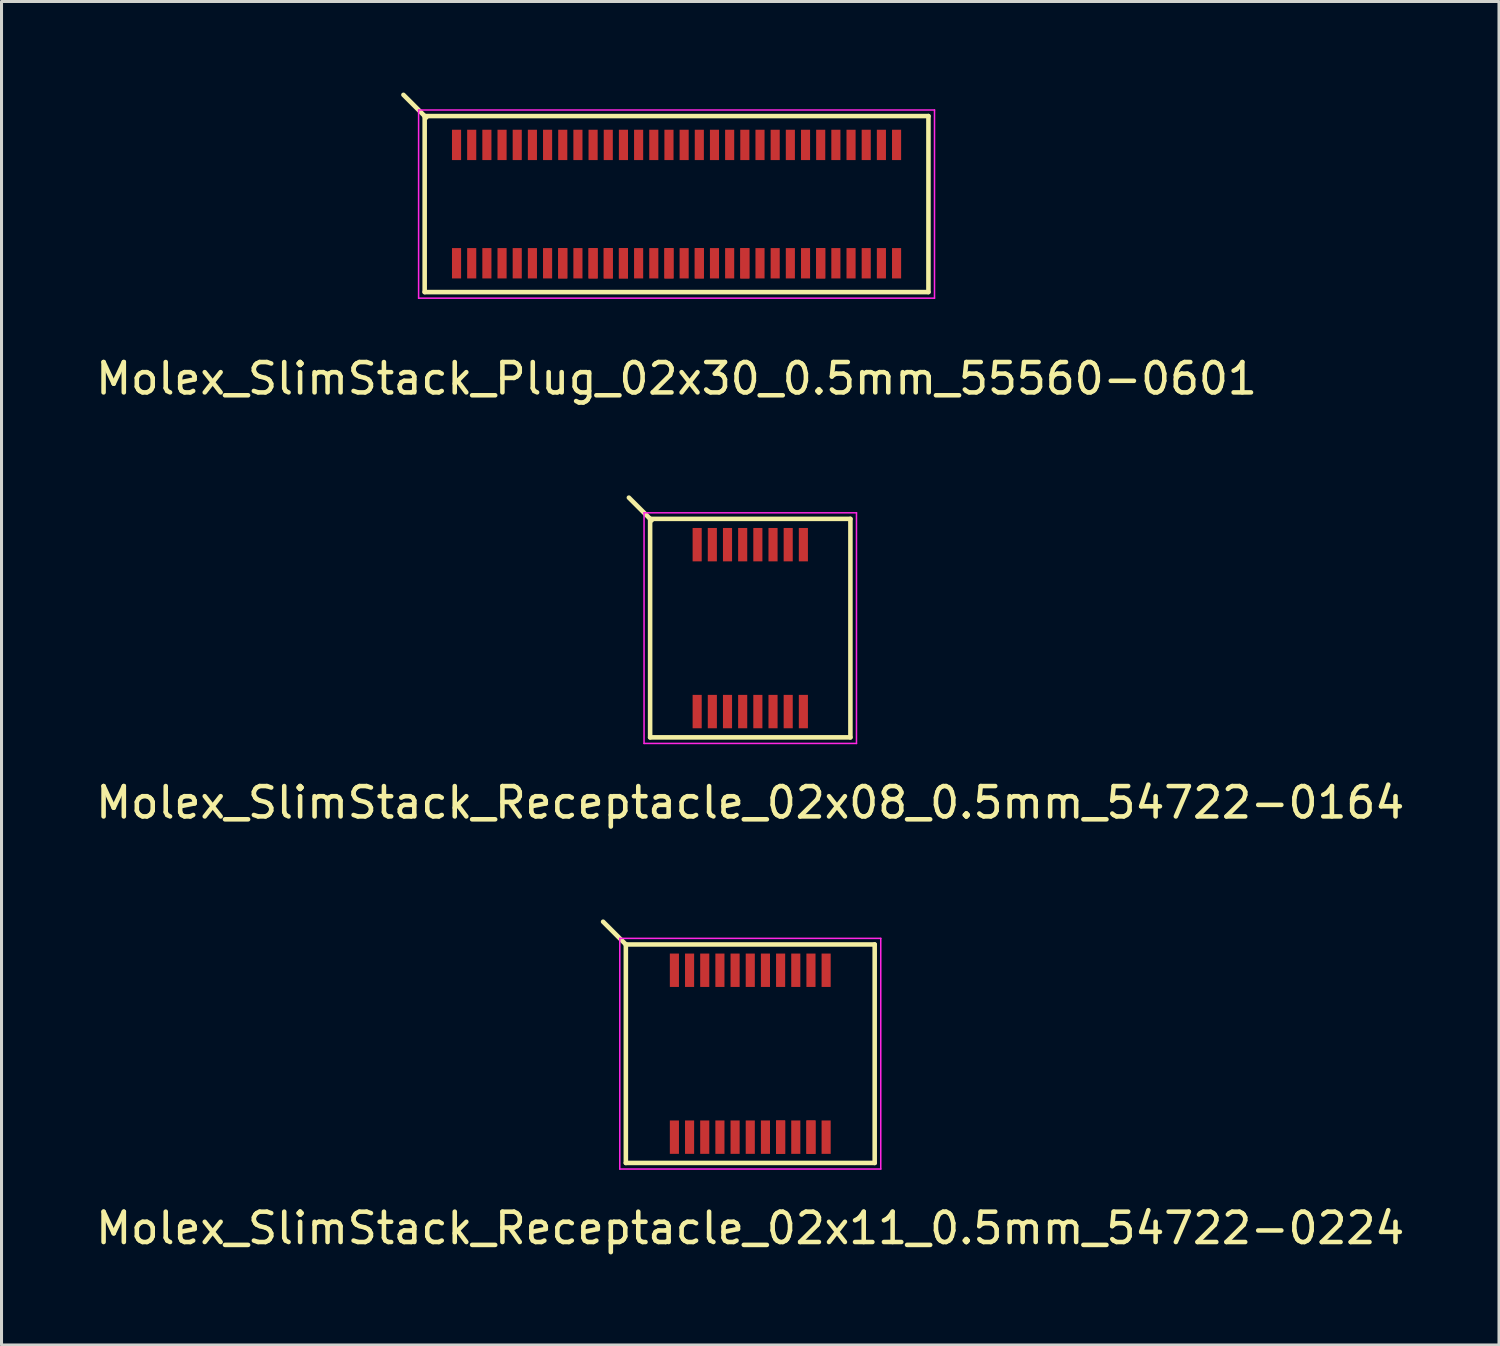
<source format=kicad_pcb>
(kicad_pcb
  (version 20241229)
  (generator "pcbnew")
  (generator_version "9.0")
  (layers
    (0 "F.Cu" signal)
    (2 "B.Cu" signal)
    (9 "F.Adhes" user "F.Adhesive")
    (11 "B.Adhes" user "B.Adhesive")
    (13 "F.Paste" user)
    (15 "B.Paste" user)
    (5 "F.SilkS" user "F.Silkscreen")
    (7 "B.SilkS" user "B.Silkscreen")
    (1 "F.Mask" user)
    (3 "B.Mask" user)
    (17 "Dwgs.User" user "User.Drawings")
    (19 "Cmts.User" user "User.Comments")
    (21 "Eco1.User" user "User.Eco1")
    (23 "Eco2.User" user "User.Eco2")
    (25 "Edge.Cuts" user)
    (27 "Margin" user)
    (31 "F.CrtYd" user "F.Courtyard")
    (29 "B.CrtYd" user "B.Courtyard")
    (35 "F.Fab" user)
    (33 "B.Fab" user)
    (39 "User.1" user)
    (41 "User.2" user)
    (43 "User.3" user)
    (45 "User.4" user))
  (footprint "Molex_SlimStack_Plug_02x30_0.5mm_55560-0601"
    (layer "F.Cu")
    (at 19.244 3.675)
    (property "Reference" "Molex_SlimStack_Plug_02x30_0.5mm_55560-0601" (at 0 5.75 0) (layer "F.SilkS") (effects (font (size 1 1) (thickness 0.15))))
    (attr smd)
    (fp_line (start -8.3 -2.9) (end -8.3 2.9) (stroke (width 0.15) (type solid)) (layer "F.SilkS"))
    (fp_line (start -8.3 2.9) (end 8.3 2.9) (stroke (width 0.15) (type solid)) (layer "F.SilkS"))
    (fp_line (start -8.25 -2.85) (end -9 -3.6) (stroke (width 0.15) (type solid)) (layer "F.SilkS"))
    (fp_line (start 8.3 -2.9) (end -8.3 -2.9) (stroke (width 0.15) (type solid)) (layer "F.SilkS"))
    (fp_line (start 8.3 2.9) (end 8.3 -2.9) (stroke (width 0.15) (type solid)) (layer "F.SilkS"))
    (fp_line (start -8.5 -3.1) (end -8.5 3.1) (stroke (width 0.05) (type solid)) (layer "F.CrtYd"))
    (fp_line (start -8.5 3.1) (end 8.5 3.1) (stroke (width 0.05) (type solid)) (layer "F.CrtYd"))
    (fp_line (start 8.5 -3.1) (end -8.5 -3.1) (stroke (width 0.05) (type solid)) (layer "F.CrtYd"))
    (fp_line (start 8.5 3.1) (end 8.5 -3.1) (stroke (width 0.05) (type solid)) (layer "F.CrtYd"))
    (pad "1" smd rect (at -7.25 -1.95) (size 0.3 1) (layers "F.Cu" "F.Mask" "F.Paste"))
    (pad "2" smd rect (at -7.25 1.95) (size 0.3 1) (layers "F.Cu" "F.Mask" "F.Paste"))
    (pad "3" smd rect (at -6.75 -1.95) (size 0.3 1) (layers "F.Cu" "F.Mask" "F.Paste"))
    (pad "4" smd rect (at -6.75 1.95) (size 0.3 1) (layers "F.Cu" "F.Mask" "F.Paste"))
    (pad "5" smd rect (at -6.25 -1.95) (size 0.3 1) (layers "F.Cu" "F.Mask" "F.Paste"))
    (pad "6" smd rect (at -6.25 1.95) (size 0.3 1) (layers "F.Cu" "F.Mask" "F.Paste"))
    (pad "7" smd rect (at -5.75 -1.95) (size 0.3 1) (layers "F.Cu" "F.Mask" "F.Paste"))
    (pad "8" smd rect (at -5.75 1.95) (size 0.3 1) (layers "F.Cu" "F.Mask" "F.Paste"))
    (pad "9" smd rect (at -5.25 -1.95) (size 0.3 1) (layers "F.Cu" "F.Mask" "F.Paste"))
    (pad "10" smd rect (at -5.25 1.95) (size 0.3 1) (layers "F.Cu" "F.Mask" "F.Paste"))
    (pad "11" smd rect (at -4.75 -1.95) (size 0.3 1) (layers "F.Cu" "F.Mask" "F.Paste"))
    (pad "12" smd rect (at -4.75 1.95) (size 0.3 1) (layers "F.Cu" "F.Mask" "F.Paste"))
    (pad "13" smd rect (at -4.25 -1.95) (size 0.3 1) (layers "F.Cu" "F.Mask" "F.Paste"))
    (pad "14" smd rect (at -4.25 1.95) (size 0.3 1) (layers "F.Cu" "F.Mask" "F.Paste"))
    (pad "15" smd rect (at -3.75 -1.95) (size 0.3 1) (layers "F.Cu" "F.Mask" "F.Paste"))
    (pad "16" smd rect (at -3.75 1.95) (size 0.3 1) (layers "F.Cu" "F.Mask" "F.Paste"))
    (pad "16" smd rect (at -3.75 1.95) (size 0.3 1) (layers "F.Cu" "F.Mask" "F.Paste"))
    (pad "17" smd rect (at -3.25 -1.95) (size 0.3 1) (layers "F.Cu" "F.Mask" "F.Paste"))
    (pad "18" smd rect (at -3.25 1.95) (size 0.3 1) (layers "F.Cu" "F.Mask" "F.Paste"))
    (pad "19" smd rect (at -2.75 -1.95) (size 0.3 1) (layers "F.Cu" "F.Mask" "F.Paste"))
    (pad "20" smd rect (at -2.75 1.95) (size 0.3 1) (layers "F.Cu" "F.Mask" "F.Paste"))
    (pad "20" smd rect (at -2.75 1.95) (size 0.3 1) (layers "F.Cu" "F.Mask" "F.Paste"))
    (pad "21" smd rect (at -2.25 -1.95) (size 0.3 1) (layers "F.Cu" "F.Mask" "F.Paste"))
    (pad "22" smd rect (at -2.25 1.95) (size 0.3 1) (layers "F.Cu" "F.Mask" "F.Paste"))
    (pad "22" smd rect (at -2.25 1.95) (size 0.3 1) (layers "F.Cu" "F.Mask" "F.Paste"))
    (pad "23" smd rect (at -1.75 -1.95) (size 0.3 1) (layers "F.Cu" "F.Mask" "F.Paste"))
    (pad "24" smd rect (at -1.75 1.95) (size 0.3 1) (layers "F.Cu" "F.Mask" "F.Paste"))
    (pad "24" smd rect (at -1.75 1.95) (size 0.3 1) (layers "F.Cu" "F.Mask" "F.Paste"))
    (pad "25" smd rect (at -1.25 -1.95) (size 0.3 1) (layers "F.Cu" "F.Mask" "F.Paste"))
    (pad "26" smd rect (at -1.25 1.95) (size 0.3 1) (layers "F.Cu" "F.Mask" "F.Paste"))
    (pad "27" smd rect (at -0.75 -1.95) (size 0.3 1) (layers "F.Cu" "F.Mask" "F.Paste"))
    (pad "28" smd rect (at -0.75 1.95) (size 0.3 1) (layers "F.Cu" "F.Mask" "F.Paste"))
    (pad "29" smd rect (at -0.25 -1.95) (size 0.3 1) (layers "F.Cu" "F.Mask" "F.Paste"))
    (pad "30" smd rect (at -0.25 1.95) (size 0.3 1) (layers "F.Cu" "F.Mask" "F.Paste"))
    (pad "30" smd rect (at -0.25 1.95) (size 0.3 1) (layers "F.Cu" "F.Mask" "F.Paste"))
    (pad "31" smd rect (at 0.25 -1.95) (size 0.3 1) (layers "F.Cu" "F.Mask" "F.Paste"))
    (pad "32" smd rect (at 0.25 1.95) (size 0.3 1) (layers "F.Cu" "F.Mask" "F.Paste"))
    (pad "33" smd rect (at 0.75 -1.95) (size 0.3 1) (layers "F.Cu" "F.Mask" "F.Paste"))
    (pad "34" smd rect (at 0.75 1.95) (size 0.3 1) (layers "F.Cu" "F.Mask" "F.Paste"))
    (pad "34" smd rect (at 0.75 1.95) (size 0.3 1) (layers "F.Cu" "F.Mask" "F.Paste"))
    (pad "35" smd rect (at 1.25 -1.95) (size 0.3 1) (layers "F.Cu" "F.Mask" "F.Paste"))
    (pad "36" smd rect (at 1.25 1.95) (size 0.3 1) (layers "F.Cu" "F.Mask" "F.Paste"))
    (pad "37" smd rect (at 1.75 -1.95) (size 0.3 1) (layers "F.Cu" "F.Mask" "F.Paste"))
    (pad "38" smd rect (at 1.75 1.95) (size 0.3 1) (layers "F.Cu" "F.Mask" "F.Paste"))
    (pad "39" smd rect (at 2.25 -1.95) (size 0.3 1) (layers "F.Cu" "F.Mask" "F.Paste"))
    (pad "40" smd rect (at 2.25 1.95) (size 0.3 1) (layers "F.Cu" "F.Mask" "F.Paste"))
    (pad "40" smd rect (at 2.25 1.95) (size 0.3 1) (layers "F.Cu" "F.Mask" "F.Paste"))
    (pad "41" smd rect (at 2.75 -1.95) (size 0.3 1) (layers "F.Cu" "F.Mask" "F.Paste"))
    (pad "42" smd rect (at 2.75 1.95) (size 0.3 1) (layers "F.Cu" "F.Mask" "F.Paste"))
    (pad "43" smd rect (at 3.25 -1.95) (size 0.3 1) (layers "F.Cu" "F.Mask" "F.Paste"))
    (pad "44" smd rect (at 3.25 1.95) (size 0.3 1) (layers "F.Cu" "F.Mask" "F.Paste"))
    (pad "45" smd rect (at 3.75 -1.95) (size 0.3 1) (layers "F.Cu" "F.Mask" "F.Paste"))
    (pad "46" smd rect (at 3.75 1.95) (size 0.3 1) (layers "F.Cu" "F.Mask" "F.Paste"))
    (pad "47" smd rect (at 4.25 -1.95) (size 0.3 1) (layers "F.Cu" "F.Mask" "F.Paste"))
    (pad "48" smd rect (at 4.25 1.95) (size 0.3 1) (layers "F.Cu" "F.Mask" "F.Paste"))
    (pad "49" smd rect (at 4.75 -1.95) (size 0.3 1) (layers "F.Cu" "F.Mask" "F.Paste"))
    (pad "50" smd rect (at 4.75 1.95) (size 0.3 1) (layers "F.Cu" "F.Mask" "F.Paste"))
    (pad "50" smd rect (at 4.75 1.95) (size 0.3 1) (layers "F.Cu" "F.Mask" "F.Paste"))
    (pad "51" smd rect (at 5.25 -1.95) (size 0.3 1) (layers "F.Cu" "F.Mask" "F.Paste"))
    (pad "52" smd rect (at 5.25 1.95) (size 0.3 1) (layers "F.Cu" "F.Mask" "F.Paste"))
    (pad "53" smd rect (at 5.75 -1.95) (size 0.3 1) (layers "F.Cu" "F.Mask" "F.Paste"))
    (pad "54" smd rect (at 5.75 1.95) (size 0.3 1) (layers "F.Cu" "F.Mask" "F.Paste"))
    (pad "55" smd rect (at 6.25 -1.95) (size 0.3 1) (layers "F.Cu" "F.Mask" "F.Paste"))
    (pad "56" smd rect (at 6.25 1.95) (size 0.3 1) (layers "F.Cu" "F.Mask" "F.Paste"))
    (pad "57" smd rect (at 6.75 -1.95) (size 0.3 1) (layers "F.Cu" "F.Mask" "F.Paste"))
    (pad "58" smd rect (at 6.75 1.95) (size 0.3 1) (layers "F.Cu" "F.Mask" "F.Paste"))
    (pad "59" smd rect (at 7.25 -1.95) (size 0.3 1) (layers "F.Cu" "F.Mask" "F.Paste"))
    (pad "60" smd rect (at 7.25 1.95) (size 0.3 1) (layers "F.Cu" "F.Mask" "F.Paste")))
  (footprint "Molex_SlimStack_Receptacle_02x08_0.5mm_54722-0164"
    (layer "F.Cu")
    (at 21.673 17.648)
    (property "Reference" "Molex_SlimStack_Receptacle_02x08_0.5mm_54722-0164" (at 0 5.75 0) (layer "F.SilkS") (effects (font (size 1 1) (thickness 0.15))))
    (attr smd)
    (fp_line (start -3.3 -3.6) (end -3.3 3.6) (stroke (width 0.15) (type solid)) (layer "F.SilkS"))
    (fp_line (start -3.3 3.6) (end 3.3 3.6) (stroke (width 0.15) (type solid)) (layer "F.SilkS"))
    (fp_line (start -3.25 -3.55) (end -4 -4.3) (stroke (width 0.15) (type solid)) (layer "F.SilkS"))
    (fp_line (start 3.3 -3.6) (end -3.3 -3.6) (stroke (width 0.15) (type solid)) (layer "F.SilkS"))
    (fp_line (start 3.3 3.6) (end 3.3 -3.6) (stroke (width 0.15) (type solid)) (layer "F.SilkS"))
    (fp_line (start -3.5 -3.8) (end -3.5 3.8) (stroke (width 0.05) (type solid)) (layer "F.CrtYd"))
    (fp_line (start -3.5 3.8) (end 3.5 3.8) (stroke (width 0.05) (type solid)) (layer "F.CrtYd"))
    (fp_line (start 3.5 -3.8) (end -3.5 -3.8) (stroke (width 0.05) (type solid)) (layer "F.CrtYd"))
    (fp_line (start 3.5 3.8) (end 3.5 -3.8) (stroke (width 0.05) (type solid)) (layer "F.CrtYd"))
    (pad "1" smd rect (at -1.75 -2.75) (size 0.3 1.1) (layers "F.Cu" "F.Mask" "F.Paste"))
    (pad "2" smd rect (at -1.75 2.75) (size 0.3 1.1) (layers "F.Cu" "F.Mask" "F.Paste"))
    (pad "3" smd rect (at -1.25 -2.75) (size 0.3 1.1) (layers "F.Cu" "F.Mask" "F.Paste"))
    (pad "4" smd rect (at -1.25 2.75) (size 0.3 1.1) (layers "F.Cu" "F.Mask" "F.Paste"))
    (pad "5" smd rect (at -0.75 -2.75) (size 0.3 1.1) (layers "F.Cu" "F.Mask" "F.Paste"))
    (pad "6" smd rect (at -0.75 2.75) (size 0.3 1.1) (layers "F.Cu" "F.Mask" "F.Paste"))
    (pad "7" smd rect (at -0.25 -2.75) (size 0.3 1.1) (layers "F.Cu" "F.Mask" "F.Paste"))
    (pad "8" smd rect (at -0.25 2.75) (size 0.3 1.1) (layers "F.Cu" "F.Mask" "F.Paste"))
    (pad "9" smd rect (at 0.25 -2.75) (size 0.3 1.1) (layers "F.Cu" "F.Mask" "F.Paste"))
    (pad "10" smd rect (at 0.25 2.75) (size 0.3 1.1) (layers "F.Cu" "F.Mask" "F.Paste"))
    (pad "11" smd rect (at 0.75 -2.75) (size 0.3 1.1) (layers "F.Cu" "F.Mask" "F.Paste"))
    (pad "12" smd rect (at 0.75 2.75) (size 0.3 1.1) (layers "F.Cu" "F.Mask" "F.Paste"))
    (pad "13" smd rect (at 1.25 -2.75) (size 0.3 1.1) (layers "F.Cu" "F.Mask" "F.Paste"))
    (pad "14" smd rect (at 1.25 2.75) (size 0.3 1.1) (layers "F.Cu" "F.Mask" "F.Paste"))
    (pad "15" smd rect (at 1.75 -2.75) (size 0.3 1.1) (layers "F.Cu" "F.Mask" "F.Paste"))
    (pad "16" smd rect (at 1.75 2.75) (size 0.3 1.1) (layers "F.Cu" "F.Mask" "F.Paste")))
  (footprint "Molex_SlimStack_Receptacle_02x11_0.5mm_54722-0224"
    (layer "F.Cu")
    (at 21.673 31.672)
    (property "Reference" "Molex_SlimStack_Receptacle_02x11_0.5mm_54722-0224" (at 0 5.75 0) (layer "F.SilkS") (effects (font (size 1 1) (thickness 0.15))))
    (attr smd)
    (fp_line (start -4.1 -3.6) (end -4.85 -4.35) (stroke (width 0.15) (type solid)) (layer "F.SilkS"))
    (fp_line (start -4.1 -3.6) (end -4.1 3.6) (stroke (width 0.15) (type solid)) (layer "F.SilkS"))
    (fp_line (start -4.1 3.6) (end 4.1 3.6) (stroke (width 0.15) (type solid)) (layer "F.SilkS"))
    (fp_line (start 4.1 -3.6) (end -4.1 -3.6) (stroke (width 0.15) (type solid)) (layer "F.SilkS"))
    (fp_line (start 4.1 3.6) (end 4.1 -3.6) (stroke (width 0.15) (type solid)) (layer "F.SilkS"))
    (fp_line (start -4.3 -3.8) (end -4.3 3.8) (stroke (width 0.05) (type solid)) (layer "F.CrtYd"))
    (fp_line (start -4.3 3.8) (end 4.3 3.8) (stroke (width 0.05) (type solid)) (layer "F.CrtYd"))
    (fp_line (start 4.3 -3.8) (end -4.3 -3.8) (stroke (width 0.05) (type solid)) (layer "F.CrtYd"))
    (fp_line (start 4.3 3.8) (end 4.3 -3.8) (stroke (width 0.05) (type solid)) (layer "F.CrtYd"))
    (pad "1" smd rect (at -2.5 -2.75) (size 0.3 1.1) (layers "F.Cu" "F.Mask" "F.Paste"))
    (pad "2" smd rect (at -2.5 2.75) (size 0.3 1.1) (layers "F.Cu" "F.Mask" "F.Paste"))
    (pad "3" smd rect (at -2 -2.75) (size 0.3 1.1) (layers "F.Cu" "F.Mask" "F.Paste"))
    (pad "4" smd rect (at -2 2.75) (size 0.3 1.1) (layers "F.Cu" "F.Mask" "F.Paste"))
    (pad "5" smd rect (at -1.5 -2.75) (size 0.3 1.1) (layers "F.Cu" "F.Mask" "F.Paste"))
    (pad "6" smd rect (at -1.5 2.75) (size 0.3 1.1) (layers "F.Cu" "F.Mask" "F.Paste"))
    (pad "7" smd rect (at -1 -2.75) (size 0.3 1.1) (layers "F.Cu" "F.Mask" "F.Paste"))
    (pad "8" smd rect (at -1 2.75) (size 0.3 1.1) (layers "F.Cu" "F.Mask" "F.Paste"))
    (pad "9" smd rect (at -0.5 -2.75) (size 0.3 1.1) (layers "F.Cu" "F.Mask" "F.Paste"))
    (pad "10" smd rect (at -0.5 2.75) (size 0.3 1.1) (layers "F.Cu" "F.Mask" "F.Paste"))
    (pad "11" smd rect (at 0 -2.75) (size 0.3 1.1) (layers "F.Cu" "F.Mask" "F.Paste"))
    (pad "12" smd rect (at 0 2.75) (size 0.3 1.1) (layers "F.Cu" "F.Mask" "F.Paste"))
    (pad "13" smd rect (at 0.5 -2.75) (size 0.3 1.1) (layers "F.Cu" "F.Mask" "F.Paste"))
    (pad "14" smd rect (at 0.5 2.75) (size 0.3 1.1) (layers "F.Cu" "F.Mask" "F.Paste"))
    (pad "15" smd rect (at 1 -2.75) (size 0.3 1.1) (layers "F.Cu" "F.Mask" "F.Paste"))
    (pad "16" smd rect (at 1 2.75) (size 0.3 1.1) (layers "F.Cu" "F.Mask" "F.Paste"))
    (pad "16" smd rect (at 1 2.75) (size 0.3 1.1) (layers "F.Cu" "F.Mask" "F.Paste"))
    (pad "17" smd rect (at 1.5 -2.75) (size 0.3 1.1) (layers "F.Cu" "F.Mask" "F.Paste"))
    (pad "18" smd rect (at 1.5 2.75) (size 0.3 1.1) (layers "F.Cu" "F.Mask" "F.Paste"))
    (pad "19" smd rect (at 2 -2.75) (size 0.3 1.1) (layers "F.Cu" "F.Mask" "F.Paste"))
    (pad "20" smd rect (at 2 2.75) (size 0.3 1.1) (layers "F.Cu" "F.Mask" "F.Paste"))
    (pad "20" smd rect (at 2 2.75) (size 0.3 1.1) (layers "F.Cu" "F.Mask" "F.Paste"))
    (pad "21" smd rect (at 2.5 -2.75) (size 0.3 1.1) (layers "F.Cu" "F.Mask" "F.Paste"))
    (pad "22" smd rect (at 2.5 2.75) (size 0.3 1.1) (layers "F.Cu" "F.Mask" "F.Paste")))
  (gr_rect
    (start -3 -3)
    (end 46.345 41.27)
    (stroke (width 0.1) (type default))
    (fill no)
    (layer "Edge.Cuts")))
</source>
